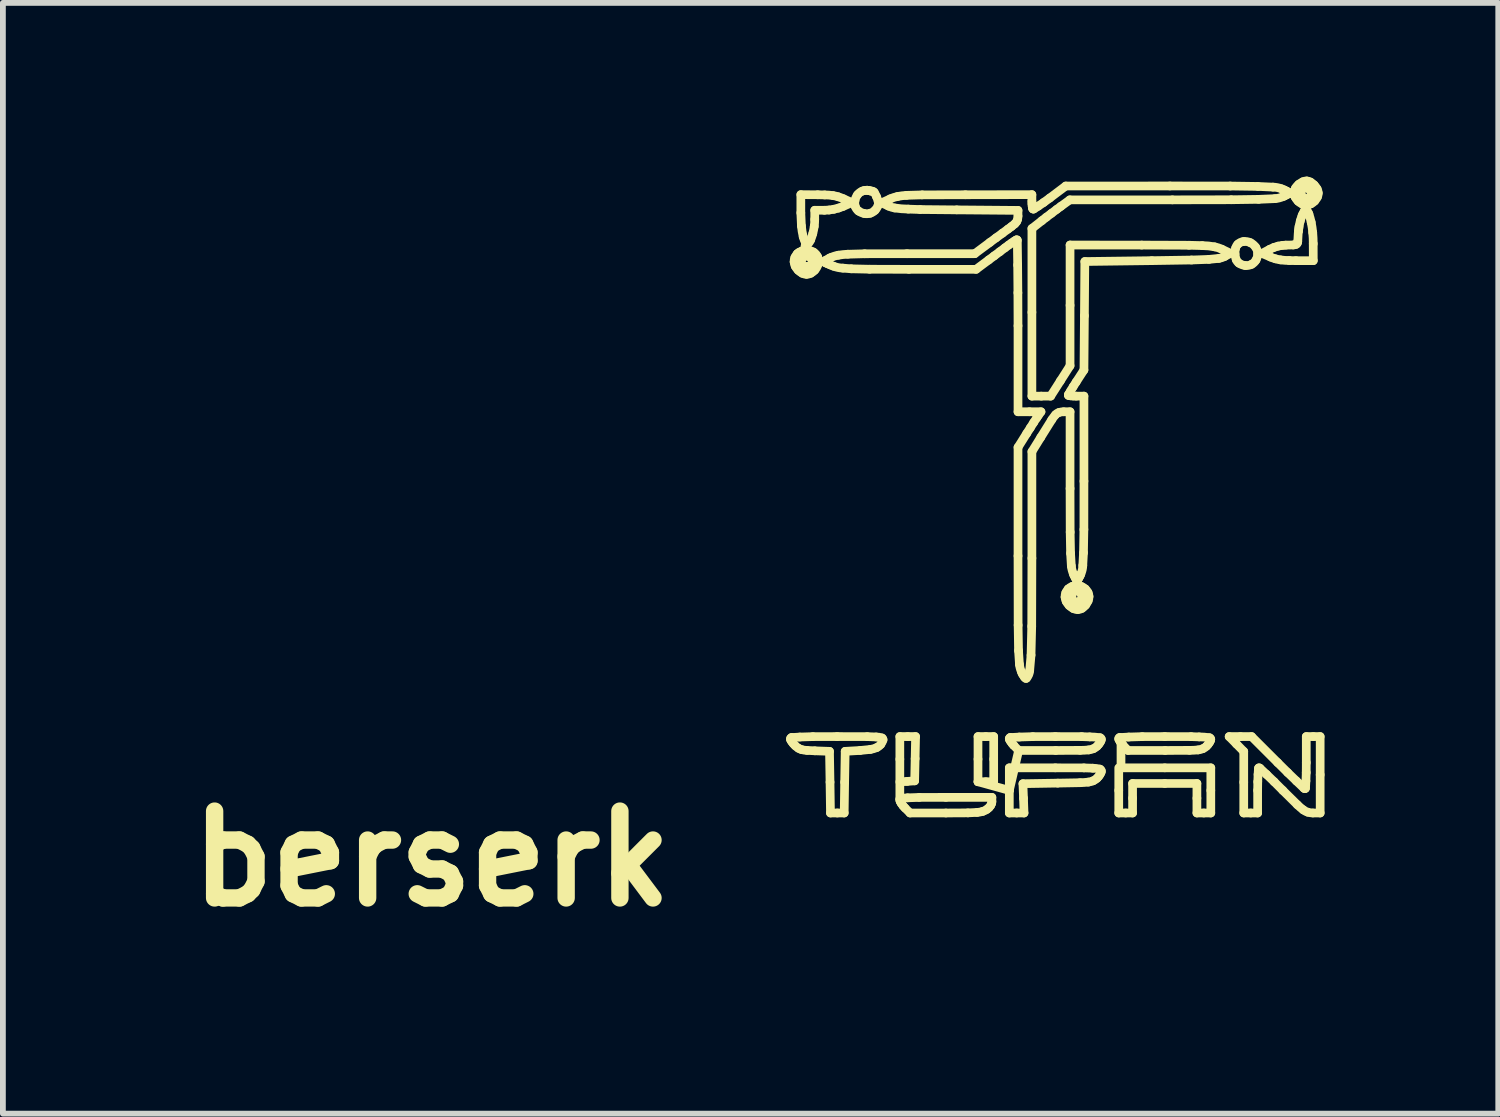
<source format=kicad_pcb>
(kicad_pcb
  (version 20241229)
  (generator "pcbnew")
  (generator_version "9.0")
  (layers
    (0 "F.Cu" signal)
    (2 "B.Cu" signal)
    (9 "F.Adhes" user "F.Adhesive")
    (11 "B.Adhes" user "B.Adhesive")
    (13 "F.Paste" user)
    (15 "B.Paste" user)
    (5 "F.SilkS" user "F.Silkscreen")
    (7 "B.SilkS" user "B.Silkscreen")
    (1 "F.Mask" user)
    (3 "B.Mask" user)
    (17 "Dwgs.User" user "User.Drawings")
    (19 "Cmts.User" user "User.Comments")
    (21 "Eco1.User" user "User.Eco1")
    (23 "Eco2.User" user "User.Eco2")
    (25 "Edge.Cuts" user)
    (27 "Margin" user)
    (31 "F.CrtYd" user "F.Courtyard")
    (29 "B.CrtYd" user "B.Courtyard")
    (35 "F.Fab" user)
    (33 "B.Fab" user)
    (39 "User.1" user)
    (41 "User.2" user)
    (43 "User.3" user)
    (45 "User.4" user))
  (footprint "berserk"
    (layer "F.Cu")
    (at 4.407 11.781)
    (property "Reference" "berserk" (at 0 0 0) (layer "F.SilkS") (effects (font (size 1.5 1.5) (thickness 0.3))))
    (attr board_only exclude_from_pos_files exclude_from_bom)
    (fp_line (start 6.216 -2.092) (end 6.216 -2.092) (stroke (width 0.15) (type default)) (layer "F.SilkS"))
    (fp_line (start 6.316 -10.449) (end 6.412 -10.384) (stroke (width 0.15) (type default)) (layer "F.SilkS"))
    (fp_line (start 6.357 -2.101) (end 6.216 -2.092) (stroke (width 0.15) (type default)) (layer "F.SilkS"))
    (fp_line (start 6.375 -11.469) (end 6.375 -11.155) (stroke (width 0.15) (type default)) (layer "F.SilkS"))
    (fp_line (start 6.375 -11.155) (end 6.385 -10.927) (stroke (width 0.15) (type default)) (layer "F.SilkS"))
    (fp_line (start 6.412 -10.384) (end 6.458 -10.633) (stroke (width 0.15) (type default)) (layer "F.SilkS"))
    (fp_line (start 6.482 -1.87) (end 6.616 -1.863) (stroke (width 0.15) (type default)) (layer "F.SilkS"))
    (fp_line (start 6.582 -2.108) (end 6.357 -2.101) (stroke (width 0.15) (type default)) (layer "F.SilkS"))
    (fp_line (start 6.615 -11.042) (end 6.615 -11.199) (stroke (width 0.15) (type default)) (layer "F.SilkS"))
    (fp_line (start 6.615 -11.199) (end 6.782 -11.199) (stroke (width 0.15) (type default)) (layer "F.SilkS"))
    (fp_line (start 6.616 -1.863) (end 6.87 -1.854) (stroke (width 0.15) (type default)) (layer "F.SilkS"))
    (fp_line (start 6.668 -11.467) (end 6.375 -11.469) (stroke (width 0.15) (type default)) (layer "F.SilkS"))
    (fp_line (start 6.787 -11.464) (end 6.668 -11.467) (stroke (width 0.15) (type default)) (layer "F.SilkS"))
    (fp_line (start 6.795 -10.295) (end 6.834 -10.276) (stroke (width 0.15) (type default)) (layer "F.SilkS"))
    (fp_line (start 6.834 -10.276) (end 6.884 -10.255) (stroke (width 0.15) (type default)) (layer "F.SilkS"))
    (fp_line (start 6.87 -1.854) (end 6.879 -1.322) (stroke (width 0.15) (type default)) (layer "F.SilkS"))
    (fp_line (start 6.879 -1.322) (end 6.887 -0.789) (stroke (width 0.15) (type default)) (layer "F.SilkS"))
    (fp_line (start 6.884 -10.255) (end 6.94 -10.233) (stroke (width 0.15) (type default)) (layer "F.SilkS"))
    (fp_line (start 6.887 -0.789) (end 7.005 -0.789) (stroke (width 0.15) (type default)) (layer "F.SilkS"))
    (fp_line (start 6.902 -10.387) (end 6.874 -10.374) (stroke (width 0.15) (type default)) (layer "F.SilkS"))
    (fp_line (start 7.003 -2.109) (end 6.582 -2.108) (stroke (width 0.15) (type default)) (layer "F.SilkS"))
    (fp_line (start 7.005 -0.789) (end 7.124 -0.789) (stroke (width 0.15) (type default)) (layer "F.SilkS"))
    (fp_line (start 7.101 -10.2) (end 7.247 -10.188) (stroke (width 0.15) (type default)) (layer "F.SilkS"))
    (fp_line (start 7.103 -11.265) (end 7.257 -11.332) (stroke (width 0.15) (type default)) (layer "F.SilkS"))
    (fp_line (start 7.124 -0.789) (end 7.132 -1.322) (stroke (width 0.15) (type default)) (layer "F.SilkS"))
    (fp_line (start 7.132 -1.322) (end 7.141 -1.854) (stroke (width 0.15) (type default)) (layer "F.SilkS"))
    (fp_line (start 7.141 -1.854) (end 7.4 -1.869) (stroke (width 0.15) (type default)) (layer "F.SilkS"))
    (fp_line (start 7.247 -10.188) (end 7.561 -10.181) (stroke (width 0.15) (type default)) (layer "F.SilkS"))
    (fp_line (start 7.257 -11.332) (end 7.109 -11.399) (stroke (width 0.15) (type default)) (layer "F.SilkS"))
    (fp_line (start 7.4 -1.869) (end 7.577 -1.887) (stroke (width 0.15) (type default)) (layer "F.SilkS"))
    (fp_line (start 7.476 -10.448) (end 7.188 -10.44) (stroke (width 0.15) (type default)) (layer "F.SilkS"))
    (fp_line (start 7.523 -2.108) (end 7.003 -2.109) (stroke (width 0.15) (type default)) (layer "F.SilkS"))
    (fp_line (start 7.558 -11.537) (end 7.536 -11.544) (stroke (width 0.15) (type default)) (layer "F.SilkS"))
    (fp_line (start 7.561 -10.181) (end 8.241 -10.179) (stroke (width 0.15) (type default)) (layer "F.SilkS"))
    (fp_line (start 7.577 -11.533) (end 7.558 -11.537) (stroke (width 0.15) (type default)) (layer "F.SilkS"))
    (fp_line (start 7.589 -11.531) (end 7.577 -11.533) (stroke (width 0.15) (type default)) (layer "F.SilkS"))
    (fp_line (start 7.677 -2.102) (end 7.523 -2.108) (stroke (width 0.15) (type default)) (layer "F.SilkS"))
    (fp_line (start 7.771 -11.328) (end 7.89 -11.271) (stroke (width 0.15) (type default)) (layer "F.SilkS"))
    (fp_line (start 7.921 -11.397) (end 7.771 -11.328) (stroke (width 0.15) (type default)) (layer "F.SilkS"))
    (fp_line (start 8.085 -2.109) (end 8.085 -1.718) (stroke (width 0.15) (type default)) (layer "F.SilkS"))
    (fp_line (start 8.085 -1.718) (end 8.085 -1.035) (stroke (width 0.15) (type default)) (layer "F.SilkS"))
    (fp_line (start 8.085 -1.326) (end 8.213 -1.335) (stroke (width 0.15) (type default)) (layer "F.SilkS"))
    (fp_line (start 8.173 -0.877) (end 8.261 -0.789) (stroke (width 0.15) (type default)) (layer "F.SilkS"))
    (fp_line (start 8.21 -10.449) (end 7.476 -10.448) (stroke (width 0.15) (type default)) (layer "F.SilkS"))
    (fp_line (start 8.213 -1.335) (end 8.341 -1.344) (stroke (width 0.15) (type default)) (layer "F.SilkS"))
    (fp_line (start 8.221 -2.109) (end 8.085 -2.109) (stroke (width 0.15) (type default)) (layer "F.SilkS"))
    (fp_line (start 8.23 -11.219) (end 8.437 -11.212) (stroke (width 0.15) (type default)) (layer "F.SilkS"))
    (fp_line (start 8.241 -10.179) (end 9.402 -10.179) (stroke (width 0.15) (type default)) (layer "F.SilkS"))
    (fp_line (start 8.261 -0.789) (end 8.881 -0.789) (stroke (width 0.15) (type default)) (layer "F.SilkS"))
    (fp_line (start 8.341 -1.344) (end 8.349 -1.727) (stroke (width 0.15) (type default)) (layer "F.SilkS"))
    (fp_line (start 8.349 -1.727) (end 8.357 -2.109) (stroke (width 0.15) (type default)) (layer "F.SilkS"))
    (fp_line (start 8.357 -2.109) (end 8.221 -2.109) (stroke (width 0.15) (type default)) (layer "F.SilkS"))
    (fp_line (start 8.42 -1.058) (end 8.219 -1.051) (stroke (width 0.15) (type default)) (layer "F.SilkS"))
    (fp_line (start 8.437 -11.212) (end 9.068 -11.206) (stroke (width 0.15) (type default)) (layer "F.SilkS"))
    (fp_line (start 8.471 -11.465) (end 8.201 -11.457) (stroke (width 0.15) (type default)) (layer "F.SilkS"))
    (fp_line (start 8.88 -1.059) (end 8.42 -1.058) (stroke (width 0.15) (type default)) (layer "F.SilkS"))
    (fp_line (start 8.881 -0.789) (end 9.26 -0.791) (stroke (width 0.15) (type default)) (layer "F.SilkS"))
    (fp_line (start 9.068 -11.206) (end 10.126 -11.197) (stroke (width 0.15) (type default)) (layer "F.SilkS"))
    (fp_line (start 9.218 -11.467) (end 8.471 -11.465) (stroke (width 0.15) (type default)) (layer "F.SilkS"))
    (fp_line (start 9.26 -0.791) (end 9.421 -0.799) (stroke (width 0.15) (type default)) (layer "F.SilkS"))
    (fp_line (start 9.378 -10.449) (end 8.21 -10.449) (stroke (width 0.15) (type default)) (layer "F.SilkS"))
    (fp_line (start 9.402 -10.179) (end 9.621 -10.342) (stroke (width 0.15) (type default)) (layer "F.SilkS"))
    (fp_line (start 9.435 -2.109) (end 9.435 -1.719) (stroke (width 0.15) (type default)) (layer "F.SilkS"))
    (fp_line (start 9.435 -1.719) (end 9.435 -1.329) (stroke (width 0.15) (type default)) (layer "F.SilkS"))
    (fp_line (start 9.435 -1.329) (end 9.57 -1.329) (stroke (width 0.15) (type default)) (layer "F.SilkS"))
    (fp_line (start 9.435 -1.329) (end 9.976 -1.179) (stroke (width 0.15) (type default)) (layer "F.SilkS"))
    (fp_line (start 9.57 -2.109) (end 9.435 -2.109) (stroke (width 0.15) (type default)) (layer "F.SilkS"))
    (fp_line (start 9.57 -1.329) (end 9.706 -1.329) (stroke (width 0.15) (type default)) (layer "F.SilkS"))
    (fp_line (start 9.621 -10.342) (end 9.714 -10.411) (stroke (width 0.15) (type default)) (layer "F.SilkS"))
    (fp_line (start 9.639 -10.643) (end 9.378 -10.449) (stroke (width 0.15) (type default)) (layer "F.SilkS"))
    (fp_line (start 9.675 -1.059) (end 8.88 -1.059) (stroke (width 0.15) (type default)) (layer "F.SilkS"))
    (fp_line (start 9.675 -0.986) (end 9.675 -1.059) (stroke (width 0.15) (type default)) (layer "F.SilkS"))
    (fp_line (start 9.706 -2.109) (end 9.57 -2.109) (stroke (width 0.15) (type default)) (layer "F.SilkS"))
    (fp_line (start 9.706 -1.719) (end 9.706 -2.109) (stroke (width 0.15) (type default)) (layer "F.SilkS"))
    (fp_line (start 9.706 -1.329) (end 9.706 -1.719) (stroke (width 0.15) (type default)) (layer "F.SilkS"))
    (fp_line (start 9.714 -10.411) (end 9.812 -10.484) (stroke (width 0.15) (type default)) (layer "F.SilkS"))
    (fp_line (start 9.747 -10.723) (end 9.639 -10.643) (stroke (width 0.15) (type default)) (layer "F.SilkS"))
    (fp_line (start 9.812 -10.484) (end 9.901 -10.551) (stroke (width 0.15) (type default)) (layer "F.SilkS"))
    (fp_line (start 9.857 -10.803) (end 9.747 -10.723) (stroke (width 0.15) (type default)) (layer "F.SilkS"))
    (fp_line (start 9.901 -10.551) (end 9.963 -10.597) (stroke (width 0.15) (type default)) (layer "F.SilkS"))
    (fp_line (start 9.953 -10.874) (end 9.857 -10.803) (stroke (width 0.15) (type default)) (layer "F.SilkS"))
    (fp_line (start 9.963 -10.597) (end 10.012 -10.632) (stroke (width 0.15) (type default)) (layer "F.SilkS"))
    (fp_line (start 9.976 -1.569) (end 9.976 -1.179) (stroke (width 0.15) (type default)) (layer "F.SilkS"))
    (fp_line (start 9.976 -1.179) (end 9.976 -0.789) (stroke (width 0.15) (type default)) (layer "F.SilkS"))
    (fp_line (start 9.976 -1.179) (end 10.137 -1.869) (stroke (width 0.15) (type default)) (layer "F.SilkS"))
    (fp_line (start 9.976 -0.789) (end 10.103 -0.789) (stroke (width 0.15) (type default)) (layer "F.SilkS"))
    (fp_line (start 9.993 -2.092) (end 9.993 -2.092) (stroke (width 0.15) (type default)) (layer "F.SilkS"))
    (fp_line (start 10.012 -10.632) (end 10.056 -10.662) (stroke (width 0.15) (type default)) (layer "F.SilkS"))
    (fp_line (start 10.014 -10.919) (end 9.953 -10.874) (stroke (width 0.15) (type default)) (layer "F.SilkS"))
    (fp_line (start 10.025 -1.988) (end 10.049 -1.961) (stroke (width 0.15) (type default)) (layer "F.SilkS"))
    (fp_line (start 10.056 -10.662) (end 10.093 -10.686) (stroke (width 0.15) (type default)) (layer "F.SilkS"))
    (fp_line (start 10.056 -1.953) (end 10.137 -1.869) (stroke (width 0.15) (type default)) (layer "F.SilkS"))
    (fp_line (start 10.103 -0.789) (end 10.23 -0.789) (stroke (width 0.15) (type default)) (layer "F.SilkS"))
    (fp_line (start 10.114 -10.681) (end 10.12 -10.253) (stroke (width 0.15) (type default)) (layer "F.SilkS"))
    (fp_line (start 10.12 -10.253) (end 10.124 -9.774) (stroke (width 0.15) (type default)) (layer "F.SilkS"))
    (fp_line (start 10.124 -9.774) (end 10.126 -9.204) (stroke (width 0.15) (type default)) (layer "F.SilkS"))
    (fp_line (start 10.126 -11.197) (end 10.126 -11.099) (stroke (width 0.15) (type default)) (layer "F.SilkS"))
    (fp_line (start 10.126 -9.204) (end 10.126 -7.719) (stroke (width 0.15) (type default)) (layer "F.SilkS"))
    (fp_line (start 10.126 -7.719) (end 10.324 -7.719) (stroke (width 0.15) (type default)) (layer "F.SilkS"))
    (fp_line (start 10.126 -7.105) (end 10.126 -5.229) (stroke (width 0.15) (type default)) (layer "F.SilkS"))
    (fp_line (start 10.126 -5.229) (end 10.128 -4.033) (stroke (width 0.15) (type default)) (layer "F.SilkS"))
    (fp_line (start 10.128 -4.033) (end 10.135 -3.594) (stroke (width 0.15) (type default)) (layer "F.SilkS"))
    (fp_line (start 10.135 -3.594) (end 10.151 -3.355) (stroke (width 0.15) (type default)) (layer "F.SilkS"))
    (fp_line (start 10.137 -1.869) (end 10.777 -1.869) (stroke (width 0.15) (type default)) (layer "F.SilkS"))
    (fp_line (start 10.149 -2.101) (end 9.993 -2.092) (stroke (width 0.15) (type default)) (layer "F.SilkS"))
    (fp_line (start 10.187 -3.222) (end 10.203 -3.189) (stroke (width 0.15) (type default)) (layer "F.SilkS"))
    (fp_line (start 10.211 -1.295) (end 10.811 -1.305) (stroke (width 0.15) (type default)) (layer "F.SilkS"))
    (fp_line (start 10.221 -1.042) (end 10.211 -1.295) (stroke (width 0.15) (type default)) (layer "F.SilkS"))
    (fp_line (start 10.23 -0.789) (end 10.221 -1.042) (stroke (width 0.15) (type default)) (layer "F.SilkS"))
    (fp_line (start 10.276 -7.344) (end 10.126 -7.105) (stroke (width 0.15) (type default)) (layer "F.SilkS"))
    (fp_line (start 10.324 -7.719) (end 10.523 -7.719) (stroke (width 0.15) (type default)) (layer "F.SilkS"))
    (fp_line (start 10.328 -3.253) (end 10.351 -3.515) (stroke (width 0.15) (type default)) (layer "F.SilkS"))
    (fp_line (start 10.338 -7.441) (end 10.276 -7.344) (stroke (width 0.15) (type default)) (layer "F.SilkS"))
    (fp_line (start 10.351 -3.515) (end 10.363 -4.014) (stroke (width 0.15) (type default)) (layer "F.SilkS"))
    (fp_line (start 10.363 -4.014) (end 10.366 -5.189) (stroke (width 0.15) (type default)) (layer "F.SilkS"))
    (fp_line (start 10.366 -11.469) (end 9.218 -11.467) (stroke (width 0.15) (type default)) (layer "F.SilkS"))
    (fp_line (start 10.366 -11.354) (end 10.366 -11.469) (stroke (width 0.15) (type default)) (layer "F.SilkS"))
    (fp_line (start 10.366 -7.989) (end 10.366 -9.437) (stroke (width 0.15) (type default)) (layer "F.SilkS"))
    (fp_line (start 10.366 -7.03) (end 10.519 -7.277) (stroke (width 0.15) (type default)) (layer "F.SilkS"))
    (fp_line (start 10.366 -5.189) (end 10.366 -7.03) (stroke (width 0.15) (type default)) (layer "F.SilkS"))
    (fp_line (start 10.366 -9.437) (end 10.366 -10.884) (stroke (width 0.15) (type default)) (layer "F.SilkS"))
    (fp_line (start 10.366 -10.884) (end 10.538 -11.019) (stroke (width 0.15) (type default)) (layer "F.SilkS"))
    (fp_line (start 10.367 -11.309) (end 10.366 -11.354) (stroke (width 0.15) (type default)) (layer "F.SilkS"))
    (fp_line (start 10.371 -11.268) (end 10.367 -11.309) (stroke (width 0.15) (type default)) (layer "F.SilkS"))
    (fp_line (start 10.376 -11.235) (end 10.371 -11.268) (stroke (width 0.15) (type default)) (layer "F.SilkS"))
    (fp_line (start 10.381 -2.108) (end 10.149 -2.101) (stroke (width 0.15) (type default)) (layer "F.SilkS"))
    (fp_line (start 10.397 -7.534) (end 10.338 -7.441) (stroke (width 0.15) (type default)) (layer "F.SilkS"))
    (fp_line (start 10.448 -7.612) (end 10.397 -7.534) (stroke (width 0.15) (type default)) (layer "F.SilkS"))
    (fp_line (start 10.475 -7.652) (end 10.448 -7.612) (stroke (width 0.15) (type default)) (layer "F.SilkS"))
    (fp_line (start 10.476 -11.271) (end 10.397 -11.22) (stroke (width 0.15) (type default)) (layer "F.SilkS"))
    (fp_line (start 10.519 -7.277) (end 10.709 -7.581) (stroke (width 0.15) (type default)) (layer "F.SilkS"))
    (fp_line (start 10.523 -7.719) (end 10.475 -7.652) (stroke (width 0.15) (type default)) (layer "F.SilkS"))
    (fp_line (start 10.528 -7.989) (end 10.366 -7.989) (stroke (width 0.15) (type default)) (layer "F.SilkS"))
    (fp_line (start 10.538 -11.019) (end 10.615 -11.079) (stroke (width 0.15) (type default)) (layer "F.SilkS"))
    (fp_line (start 10.568 -11.333) (end 10.476 -11.271) (stroke (width 0.15) (type default)) (layer "F.SilkS"))
    (fp_line (start 10.615 -11.079) (end 10.705 -11.147) (stroke (width 0.15) (type default)) (layer "F.SilkS"))
    (fp_line (start 10.675 -11.411) (end 10.568 -11.333) (stroke (width 0.15) (type default)) (layer "F.SilkS"))
    (fp_line (start 10.69 -7.989) (end 10.528 -7.989) (stroke (width 0.15) (type default)) (layer "F.SilkS"))
    (fp_line (start 10.705 -11.147) (end 10.794 -11.214) (stroke (width 0.15) (type default)) (layer "F.SilkS"))
    (fp_line (start 10.771 -2.109) (end 10.381 -2.108) (stroke (width 0.15) (type default)) (layer "F.SilkS"))
    (fp_line (start 10.771 -1.569) (end 9.976 -1.569) (stroke (width 0.15) (type default)) (layer "F.SilkS"))
    (fp_line (start 10.777 -1.869) (end 11.197 -1.871) (stroke (width 0.15) (type default)) (layer "F.SilkS"))
    (fp_line (start 10.794 -11.214) (end 10.866 -11.267) (stroke (width 0.15) (type default)) (layer "F.SilkS"))
    (fp_line (start 10.811 -1.305) (end 11.197 -1.312) (stroke (width 0.15) (type default)) (layer "F.SilkS"))
    (fp_line (start 10.858 -8.252) (end 10.69 -7.989) (stroke (width 0.15) (type default)) (layer "F.SilkS"))
    (fp_line (start 10.866 -11.267) (end 11.021 -11.379) (stroke (width 0.15) (type default)) (layer "F.SilkS"))
    (fp_line (start 10.913 -7.719) (end 11.025 -7.719) (stroke (width 0.15) (type default)) (layer "F.SilkS"))
    (fp_line (start 10.95 -11.618) (end 10.675 -11.411) (stroke (width 0.15) (type default)) (layer "F.SilkS"))
    (fp_line (start 10.995 -4.659) (end 11.087 -4.612) (stroke (width 0.15) (type default)) (layer "F.SilkS"))
    (fp_line (start 10.999 -8.02) (end 11.035 -8.08) (stroke (width 0.15) (type default)) (layer "F.SilkS"))
    (fp_line (start 11.021 -11.379) (end 12.793 -11.379) (stroke (width 0.15) (type default)) (layer "F.SilkS"))
    (fp_line (start 11.025 -8.514) (end 10.858 -8.252) (stroke (width 0.15) (type default)) (layer "F.SilkS"))
    (fp_line (start 11.025 -9.557) (end 11.025 -8.514) (stroke (width 0.15) (type default)) (layer "F.SilkS"))
    (fp_line (start 11.025 -10.599) (end 11.025 -9.557) (stroke (width 0.15) (type default)) (layer "F.SilkS"))
    (fp_line (start 11.025 -7.719) (end 11.025 -6.393) (stroke (width 0.15) (type default)) (layer "F.SilkS"))
    (fp_line (start 11.025 -6.393) (end 11.027 -5.64) (stroke (width 0.15) (type default)) (layer "F.SilkS"))
    (fp_line (start 11.027 -5.64) (end 11.034 -5.274) (stroke (width 0.15) (type default)) (layer "F.SilkS"))
    (fp_line (start 11.034 -5.274) (end 11.047 -5.056) (stroke (width 0.15) (type default)) (layer "F.SilkS"))
    (fp_line (start 11.035 -8.08) (end 11.078 -8.151) (stroke (width 0.15) (type default)) (layer "F.SilkS"))
    (fp_line (start 11.035 -7.994) (end 11.001 -8) (stroke (width 0.15) (type default)) (layer "F.SilkS"))
    (fp_line (start 11.078 -8.151) (end 11.13 -8.232) (stroke (width 0.15) (type default)) (layer "F.SilkS"))
    (fp_line (start 11.079 -7.991) (end 11.035 -7.994) (stroke (width 0.15) (type default)) (layer "F.SilkS"))
    (fp_line (start 11.084 -4.914) (end 11.095 -4.889) (stroke (width 0.15) (type default)) (layer "F.SilkS"))
    (fp_line (start 11.095 -4.889) (end 11.116 -4.847) (stroke (width 0.15) (type default)) (layer "F.SilkS"))
    (fp_line (start 11.116 -4.847) (end 11.135 -4.815) (stroke (width 0.15) (type default)) (layer "F.SilkS"))
    (fp_line (start 11.13 -8.232) (end 11.265 -8.44) (stroke (width 0.15) (type default)) (layer "F.SilkS"))
    (fp_line (start 11.13 -7.989) (end 11.079 -7.991) (stroke (width 0.15) (type default)) (layer "F.SilkS"))
    (fp_line (start 11.158 -4.816) (end 11.176 -4.845) (stroke (width 0.15) (type default)) (layer "F.SilkS"))
    (fp_line (start 11.197 -4.884) (end 11.209 -4.911) (stroke (width 0.15) (type default)) (layer "F.SilkS"))
    (fp_line (start 11.226 -2.108) (end 10.771 -2.109) (stroke (width 0.15) (type default)) (layer "F.SilkS"))
    (fp_line (start 11.245 -5.065) (end 11.257 -5.284) (stroke (width 0.15) (type default)) (layer "F.SilkS"))
    (fp_line (start 11.257 -5.284) (end 11.264 -5.685) (stroke (width 0.15) (type default)) (layer "F.SilkS"))
    (fp_line (start 11.264 -5.685) (end 11.265 -6.52) (stroke (width 0.15) (type default)) (layer "F.SilkS"))
    (fp_line (start 11.265 -8.44) (end 11.273 -9.377) (stroke (width 0.15) (type default)) (layer "F.SilkS"))
    (fp_line (start 11.265 -1.568) (end 10.771 -1.569) (stroke (width 0.15) (type default)) (layer "F.SilkS"))
    (fp_line (start 11.265 -7.989) (end 11.13 -7.989) (stroke (width 0.15) (type default)) (layer "F.SilkS"))
    (fp_line (start 11.265 -6.52) (end 11.265 -7.989) (stroke (width 0.15) (type default)) (layer "F.SilkS"))
    (fp_line (start 11.273 -9.377) (end 11.28 -10.314) (stroke (width 0.15) (type default)) (layer "F.SilkS"))
    (fp_line (start 11.28 -10.314) (end 12.435 -10.329) (stroke (width 0.15) (type default)) (layer "F.SilkS"))
    (fp_line (start 11.364 -2.103) (end 11.226 -2.108) (stroke (width 0.15) (type default)) (layer "F.SilkS"))
    (fp_line (start 11.416 -1.563) (end 11.265 -1.568) (stroke (width 0.15) (type default)) (layer "F.SilkS"))
    (fp_line (start 11.866 -1.569) (end 11.866 -1.179) (stroke (width 0.15) (type default)) (layer "F.SilkS"))
    (fp_line (start 11.866 -1.179) (end 11.866 -0.789) (stroke (width 0.15) (type default)) (layer "F.SilkS"))
    (fp_line (start 11.866 -0.789) (end 11.986 -0.789) (stroke (width 0.15) (type default)) (layer "F.SilkS"))
    (fp_line (start 11.883 -2.092) (end 11.883 -2.092) (stroke (width 0.15) (type default)) (layer "F.SilkS"))
    (fp_line (start 11.905 -2.034) (end 11.905 -1.569) (stroke (width 0.15) (type default)) (layer "F.SilkS"))
    (fp_line (start 11.915 -1.988) (end 11.939 -1.961) (stroke (width 0.15) (type default)) (layer "F.SilkS"))
    (fp_line (start 11.946 -1.953) (end 12.027 -1.869) (stroke (width 0.15) (type default)) (layer "F.SilkS"))
    (fp_line (start 11.986 -0.789) (end 12.105 -0.789) (stroke (width 0.15) (type default)) (layer "F.SilkS"))
    (fp_line (start 12.027 -1.869) (end 12.667 -1.869) (stroke (width 0.15) (type default)) (layer "F.SilkS"))
    (fp_line (start 12.039 -2.101) (end 11.883 -2.092) (stroke (width 0.15) (type default)) (layer "F.SilkS"))
    (fp_line (start 12.105 -1.299) (end 12.661 -1.299) (stroke (width 0.15) (type default)) (layer "F.SilkS"))
    (fp_line (start 12.105 -1.044) (end 12.105 -1.299) (stroke (width 0.15) (type default)) (layer "F.SilkS"))
    (fp_line (start 12.105 -0.789) (end 12.105 -1.044) (stroke (width 0.15) (type default)) (layer "F.SilkS"))
    (fp_line (start 12.263 -10.598) (end 11.025 -10.599) (stroke (width 0.15) (type default)) (layer "F.SilkS"))
    (fp_line (start 12.271 -2.108) (end 12.039 -2.101) (stroke (width 0.15) (type default)) (layer "F.SilkS"))
    (fp_line (start 12.435 -10.329) (end 13.124 -10.34) (stroke (width 0.15) (type default)) (layer "F.SilkS"))
    (fp_line (start 12.661 -2.109) (end 12.271 -2.108) (stroke (width 0.15) (type default)) (layer "F.SilkS"))
    (fp_line (start 12.661 -1.569) (end 11.905 -1.569) (stroke (width 0.15) (type default)) (layer "F.SilkS"))
    (fp_line (start 12.661 -1.299) (end 13.216 -1.299) (stroke (width 0.15) (type default)) (layer "F.SilkS"))
    (fp_line (start 12.667 -1.869) (end 13.087 -1.871) (stroke (width 0.15) (type default)) (layer "F.SilkS"))
    (fp_line (start 12.749 -11.619) (end 10.95 -11.618) (stroke (width 0.15) (type default)) (layer "F.SilkS"))
    (fp_line (start 12.793 -11.379) (end 13.809 -11.381) (stroke (width 0.15) (type default)) (layer "F.SilkS"))
    (fp_line (start 13.079 -10.595) (end 12.263 -10.598) (stroke (width 0.15) (type default)) (layer "F.SilkS"))
    (fp_line (start 13.116 -2.108) (end 12.661 -2.109) (stroke (width 0.15) (type default)) (layer "F.SilkS"))
    (fp_line (start 13.124 -10.34) (end 13.424 -10.351) (stroke (width 0.15) (type default)) (layer "F.SilkS"))
    (fp_line (start 13.216 -1.299) (end 13.216 -1.044) (stroke (width 0.15) (type default)) (layer "F.SilkS"))
    (fp_line (start 13.216 -1.044) (end 13.216 -0.789) (stroke (width 0.15) (type default)) (layer "F.SilkS"))
    (fp_line (start 13.216 -0.789) (end 13.335 -0.789) (stroke (width 0.15) (type default)) (layer "F.SilkS"))
    (fp_line (start 13.254 -2.103) (end 13.116 -2.108) (stroke (width 0.15) (type default)) (layer "F.SilkS"))
    (fp_line (start 13.309 -10.589) (end 13.079 -10.595) (stroke (width 0.15) (type default)) (layer "F.SilkS"))
    (fp_line (start 13.335 -0.789) (end 13.456 -0.789) (stroke (width 0.15) (type default)) (layer "F.SilkS"))
    (fp_line (start 13.424 -10.351) (end 13.596 -10.368) (stroke (width 0.15) (type default)) (layer "F.SilkS"))
    (fp_line (start 13.456 -1.569) (end 12.661 -1.569) (stroke (width 0.15) (type default)) (layer "F.SilkS"))
    (fp_line (start 13.456 -1.179) (end 13.456 -1.569) (stroke (width 0.15) (type default)) (layer "F.SilkS"))
    (fp_line (start 13.456 -0.789) (end 13.456 -1.179) (stroke (width 0.15) (type default)) (layer "F.SilkS"))
    (fp_line (start 13.693 -10.4) (end 13.796 -10.456) (stroke (width 0.15) (type default)) (layer "F.SilkS"))
    (fp_line (start 13.773 -2.109) (end 13.899 -1.981) (stroke (width 0.15) (type default)) (layer "F.SilkS"))
    (fp_line (start 13.79 -11.618) (end 12.749 -11.619) (stroke (width 0.15) (type default)) (layer "F.SilkS"))
    (fp_line (start 13.796 -10.456) (end 13.645 -10.527) (stroke (width 0.15) (type default)) (layer "F.SilkS"))
    (fp_line (start 13.809 -11.381) (end 14.283 -11.388) (stroke (width 0.15) (type default)) (layer "F.SilkS"))
    (fp_line (start 13.899 -1.981) (end 14.025 -1.852) (stroke (width 0.15) (type default)) (layer "F.SilkS"))
    (fp_line (start 13.967 -2.109) (end 13.773 -2.109) (stroke (width 0.15) (type default)) (layer "F.SilkS"))
    (fp_line (start 14.025 -1.852) (end 14.025 -1.321) (stroke (width 0.15) (type default)) (layer "F.SilkS"))
    (fp_line (start 14.025 -1.321) (end 14.025 -0.789) (stroke (width 0.15) (type default)) (layer "F.SilkS"))
    (fp_line (start 14.025 -0.789) (end 14.146 -0.789) (stroke (width 0.15) (type default)) (layer "F.SilkS"))
    (fp_line (start 14.146 -0.789) (end 14.265 -0.789) (stroke (width 0.15) (type default)) (layer "F.SilkS"))
    (fp_line (start 14.161 -2.109) (end 13.967 -2.109) (stroke (width 0.15) (type default)) (layer "F.SilkS"))
    (fp_line (start 14.265 -1.179) (end 14.267 -1.329) (stroke (width 0.15) (type default)) (layer "F.SilkS"))
    (fp_line (start 14.265 -0.789) (end 14.265 -1.179) (stroke (width 0.15) (type default)) (layer "F.SilkS"))
    (fp_line (start 14.267 -1.329) (end 14.272 -1.455) (stroke (width 0.15) (type default)) (layer "F.SilkS"))
    (fp_line (start 14.268 -11.611) (end 13.79 -11.618) (stroke (width 0.15) (type default)) (layer "F.SilkS"))
    (fp_line (start 14.272 -1.455) (end 14.279 -1.561) (stroke (width 0.15) (type default)) (layer "F.SilkS"))
    (fp_line (start 14.283 -11.388) (end 14.563 -11.4) (stroke (width 0.15) (type default)) (layer "F.SilkS"))
    (fp_line (start 14.304 -1.563) (end 14.419 -1.455) (stroke (width 0.15) (type default)) (layer "F.SilkS"))
    (fp_line (start 14.341 -10.454) (end 14.488 -10.391) (stroke (width 0.15) (type default)) (layer "F.SilkS"))
    (fp_line (start 14.419 -1.455) (end 14.55 -1.329) (stroke (width 0.15) (type default)) (layer "F.SilkS"))
    (fp_line (start 14.476 -10.526) (end 14.341 -10.454) (stroke (width 0.15) (type default)) (layer "F.SilkS"))
    (fp_line (start 14.53 -11.599) (end 14.268 -11.611) (stroke (width 0.15) (type default)) (layer "F.SilkS"))
    (fp_line (start 14.55 -1.329) (end 14.7 -1.179) (stroke (width 0.15) (type default)) (layer "F.SilkS"))
    (fp_line (start 14.611 -1.659) (end 14.161 -2.109) (stroke (width 0.15) (type default)) (layer "F.SilkS"))
    (fp_line (start 14.7 -1.179) (end 14.95 -0.932) (stroke (width 0.15) (type default)) (layer "F.SilkS"))
    (fp_line (start 14.707 -11.437) (end 14.731 -11.448) (stroke (width 0.15) (type default)) (layer "F.SilkS"))
    (fp_line (start 14.726 -11.55) (end 14.677 -11.57) (stroke (width 0.15) (type default)) (layer "F.SilkS"))
    (fp_line (start 14.768 -11.529) (end 14.726 -11.55) (stroke (width 0.15) (type default)) (layer "F.SilkS"))
    (fp_line (start 14.77 -11.468) (end 14.802 -11.488) (stroke (width 0.15) (type default)) (layer "F.SilkS"))
    (fp_line (start 14.784 -1.487) (end 14.611 -1.659) (stroke (width 0.15) (type default)) (layer "F.SilkS"))
    (fp_line (start 14.799 -11.51) (end 14.768 -11.529) (stroke (width 0.15) (type default)) (layer "F.SilkS"))
    (fp_line (start 14.811 -10.331) (end 14.928 -10.329) (stroke (width 0.15) (type default)) (layer "F.SilkS"))
    (fp_line (start 14.881 -10.6) (end 14.751 -10.597) (stroke (width 0.15) (type default)) (layer "F.SilkS"))
    (fp_line (start 14.928 -10.329) (end 15.226 -10.329) (stroke (width 0.15) (type default)) (layer "F.SilkS"))
    (fp_line (start 14.935 -1.341) (end 14.784 -1.487) (stroke (width 0.15) (type default)) (layer "F.SilkS"))
    (fp_line (start 14.966 -10.808) (end 14.958 -10.662) (stroke (width 0.15) (type default)) (layer "F.SilkS"))
    (fp_line (start 14.98 -10.919) (end 14.97 -10.839) (stroke (width 0.15) (type default)) (layer "F.SilkS"))
    (fp_line (start 15.043 -11.13) (end 15.031 -11.103) (stroke (width 0.15) (type default)) (layer "F.SilkS"))
    (fp_line (start 15.067 -1.215) (end 14.935 -1.341) (stroke (width 0.15) (type default)) (layer "F.SilkS"))
    (fp_line (start 15.099 -1.341) (end 15.092 -1.218) (stroke (width 0.15) (type default)) (layer "F.SilkS"))
    (fp_line (start 15.101 -11.214) (end 15.112 -11.393) (stroke (width 0.15) (type default)) (layer "F.SilkS"))
    (fp_line (start 15.104 -1.487) (end 15.099 -1.341) (stroke (width 0.15) (type default)) (layer "F.SilkS"))
    (fp_line (start 15.105 -2.109) (end 15.105 -1.659) (stroke (width 0.15) (type default)) (layer "F.SilkS"))
    (fp_line (start 15.105 -1.659) (end 15.104 -1.487) (stroke (width 0.15) (type default)) (layer "F.SilkS"))
    (fp_line (start 15.111 -11.292) (end 15.101 -11.214) (stroke (width 0.15) (type default)) (layer "F.SilkS"))
    (fp_line (start 15.112 -11.393) (end 14.806 -11.498) (stroke (width 0.15) (type default)) (layer "F.SilkS"))
    (fp_line (start 15.218 -0.789) (end 15.345 -0.789) (stroke (width 0.15) (type default)) (layer "F.SilkS"))
    (fp_line (start 15.226 -10.329) (end 15.225 -10.622) (stroke (width 0.15) (type default)) (layer "F.SilkS"))
    (fp_line (start 15.226 -2.109) (end 15.105 -2.109) (stroke (width 0.15) (type default)) (layer "F.SilkS"))
    (fp_line (start 15.345 -2.109) (end 15.226 -2.109) (stroke (width 0.15) (type default)) (layer "F.SilkS"))
    (fp_line (start 15.345 -1.449) (end 15.345 -2.109) (stroke (width 0.15) (type default)) (layer "F.SilkS"))
    (fp_line (start 15.345 -0.789) (end 15.345 -1.449) (stroke (width 0.15) (type default)) (layer "F.SilkS"))
    (fp_arc (start 6.1955 -2.069913) (mid 6.201365 -2.084777) (end 6.215791 -2.091648) (stroke (width 0.15) (type default)) (layer "F.SilkS"))
    (fp_arc (start 6.200661 -2.049714) (mid 6.196813 -2.059489) (end 6.1955 -2.069913) (stroke (width 0.15) (type default)) (layer "F.SilkS"))
    (fp_arc (start 6.219809 -2.018806) (mid 6.209815 -2.034) (end 6.200661 -2.049714) (stroke (width 0.15) (type default)) (layer "F.SilkS"))
    (fp_arc (start 6.246575 -1.984486) (mid 6.232734 -2.001289) (end 6.219809 -2.018806) (stroke (width 0.15) (type default)) (layer "F.SilkS"))
    (fp_arc (start 6.258466 -10.309159) (mid 6.260854 -10.347137) (end 6.271535 -10.383658) (stroke (width 0.15) (type default)) (layer "F.SilkS"))
    (fp_arc (start 6.271535 -10.383658) (mid 6.290305 -10.418631) (end 6.3155 -10.4493) (stroke (width 0.15) (type default)) (layer "F.SilkS"))
    (fp_arc (start 6.278253 -1.951243) (mid 6.262035 -1.967503) (end 6.246575 -1.984486) (stroke (width 0.15) (type default)) (layer "F.SilkS"))
    (fp_arc (start 6.278473 -10.233027) (mid 6.264463 -10.270041) (end 6.258466 -10.309159) (stroke (width 0.15) (type default)) (layer "F.SilkS"))
    (fp_arc (start 6.3155 -10.4493) (mid 6.330404 -10.462469) (end 6.346815 -10.473705) (stroke (width 0.15) (type default)) (layer "F.SilkS"))
    (fp_arc (start 6.329136 -10.162936) (mid 6.301004 -10.195957) (end 6.278473 -10.233027) (stroke (width 0.15) (type default)) (layer "F.SilkS"))
    (fp_arc (start 6.333799 -1.907661) (mid 6.304953 -1.928084) (end 6.278253 -1.951243) (stroke (width 0.15) (type default)) (layer "F.SilkS"))
    (fp_arc (start 6.346815 -10.473705) (mid 6.366263 -10.484166) (end 6.386575 -10.492831) (stroke (width 0.15) (type default)) (layer "F.SilkS"))
    (fp_arc (start 6.381883 -10.318364) (mid 6.391282 -10.353981) (end 6.412376 -10.384176) (stroke (width 0.15) (type default)) (layer "F.SilkS"))
    (fp_arc (start 6.386575 -10.492831) (mid 6.408472 -10.499951) (end 6.430903 -10.505151) (stroke (width 0.15) (type default)) (layer "F.SilkS"))
    (fp_arc (start 6.38921 -1.883514) (mid 6.360565 -1.893432) (end 6.333799 -1.907661) (stroke (width 0.15) (type default)) (layer "F.SilkS"))
    (fp_arc (start 6.400442 -10.110617) (mid 6.362791 -10.134054) (end 6.329136 -10.162936) (stroke (width 0.15) (type default)) (layer "F.SilkS"))
    (fp_arc (start 6.404953 -10.255832) (mid 6.386493 -10.284545) (end 6.381883 -10.318364) (stroke (width 0.15) (type default)) (layer "F.SilkS"))
    (fp_arc (start 6.412376 -10.384176) (mid 6.430096 -10.398313) (end 6.450525 -10.408131) (stroke (width 0.15) (type default)) (layer "F.SilkS"))
    (fp_arc (start 6.415662 -10.742077) (mid 6.396928 -10.833982) (end 6.385297 -10.927054) (stroke (width 0.15) (type default)) (layer "F.SilkS"))
    (fp_arc (start 6.430903 -10.505151) (mid 6.453281 -10.508263) (end 6.47585 -10.5093) (stroke (width 0.15) (type default)) (layer "F.SilkS"))
    (fp_arc (start 6.450525 -10.408131) (mid 6.471236 -10.412284) (end 6.492293 -10.410622) (stroke (width 0.15) (type default)) (layer "F.SilkS"))
    (fp_arc (start 6.458057 -10.633015) (mid 6.433275 -10.686153) (end 6.415662 -10.742077) (stroke (width 0.15) (type default)) (layer "F.SilkS"))
    (fp_arc (start 6.470608 -10.22912) (mid 6.435105 -10.235903) (end 6.404953 -10.255832) (stroke (width 0.15) (type default)) (layer "F.SilkS"))
    (fp_arc (start 6.473753 -10.092624) (mid 6.436015 -10.097207) (end 6.400442 -10.110617) (stroke (width 0.15) (type default)) (layer "F.SilkS"))
    (fp_arc (start 6.47585 -10.5093) (mid 6.537022 -10.501022) (end 6.593771 -10.476741) (stroke (width 0.15) (type default)) (layer "F.SilkS"))
    (fp_arc (start 6.481802 -1.870013) (mid 6.435133 -1.874205) (end 6.38921 -1.883514) (stroke (width 0.15) (type default)) (layer "F.SilkS"))
    (fp_arc (start 6.492293 -10.410622) (mid 6.513824 -10.403004) (end 6.532871 -10.390397) (stroke (width 0.15) (type default)) (layer "F.SilkS"))
    (fp_arc (start 6.504577 -10.626377) (mid 6.479655 -10.618049) (end 6.458057 -10.633015) (stroke (width 0.15) (type default)) (layer "F.SilkS"))
    (fp_arc (start 6.532871 -10.390397) (mid 6.551666 -10.371574) (end 6.567285 -10.350043) (stroke (width 0.15) (type default)) (layer "F.SilkS"))
    (fp_arc (start 6.543856 -10.253705) (mid 6.509185 -10.235593) (end 6.470608 -10.22912) (stroke (width 0.15) (type default)) (layer "F.SilkS"))
    (fp_arc (start 6.545286 -10.688096) (mid 6.528058 -10.655175) (end 6.504577 -10.626377) (stroke (width 0.15) (type default)) (layer "F.SilkS"))
    (fp_arc (start 6.545938 -10.11063) (mid 6.510953 -10.097191) (end 6.473753 -10.092624) (stroke (width 0.15) (type default)) (layer "F.SilkS"))
    (fp_arc (start 6.567285 -10.350043) (mid 6.575049 -10.335743) (end 6.581288 -10.320714) (stroke (width 0.15) (type default)) (layer "F.SilkS"))
    (fp_arc (start 6.571031 -10.27754) (mid 6.557928 -10.26507) (end 6.543856 -10.253705) (stroke (width 0.15) (type default)) (layer "F.SilkS"))
    (fp_arc (start 6.581021 -10.795807) (mid 6.564783 -10.741411) (end 6.545286 -10.688096) (stroke (width 0.15) (type default)) (layer "F.SilkS"))
    (fp_arc (start 6.581288 -10.320714) (mid 6.583518 -10.309557) (end 6.582447 -10.298232) (stroke (width 0.15) (type default)) (layer "F.SilkS"))
    (fp_arc (start 6.582447 -10.298232) (mid 6.578115 -10.287128) (end 6.571031 -10.27754) (stroke (width 0.15) (type default)) (layer "F.SilkS"))
    (fp_arc (start 6.593771 -10.476741) (mid 6.637911 -10.43943) (end 6.667738 -10.389931) (stroke (width 0.15) (type default)) (layer "F.SilkS"))
    (fp_arc (start 6.60635 -10.920636) (mid 6.59555 -10.857843) (end 6.581021 -10.795807) (stroke (width 0.15) (type default)) (layer "F.SilkS"))
    (fp_arc (start 6.614021 -10.162725) (mid 6.582115 -10.133886) (end 6.545938 -10.11063) (stroke (width 0.15) (type default)) (layer "F.SilkS"))
    (fp_arc (start 6.615048 -11.041767) (mid 6.612783 -10.981052) (end 6.60635 -10.920636) (stroke (width 0.15) (type default)) (layer "F.SilkS"))
    (fp_arc (start 6.667738 -10.389931) (mid 6.680692 -10.332391) (end 6.675119 -10.273676) (stroke (width 0.15) (type default)) (layer "F.SilkS"))
    (fp_arc (start 6.675119 -10.273676) (mid 6.651566 -10.214348) (end 6.614021 -10.162725) (stroke (width 0.15) (type default)) (layer "F.SilkS"))
    (fp_arc (start 6.779386 -10.305414) (mid 6.777253 -10.310912) (end 6.779828 -10.31623) (stroke (width 0.15) (type default)) (layer "F.SilkS"))
    (fp_arc (start 6.779828 -10.31623) (mid 6.793393 -10.327071) (end 6.807566 -10.337104) (stroke (width 0.15) (type default)) (layer "F.SilkS"))
    (fp_arc (start 6.7869 -11.464442) (mid 6.85965 -11.461279) (end 6.931966 -11.45273) (stroke (width 0.15) (type default)) (layer "F.SilkS"))
    (fp_arc (start 6.794618 -10.294897) (mid 6.786524 -10.299463) (end 6.779386 -10.305414) (stroke (width 0.15) (type default)) (layer "F.SilkS"))
    (fp_arc (start 6.807566 -10.337104) (mid 6.827946 -10.349857) (end 6.84899 -10.36148) (stroke (width 0.15) (type default)) (layer "F.SilkS"))
    (fp_arc (start 6.86294 -11.203653) (mid 6.822779 -11.200388) (end 6.7825 -11.1993) (stroke (width 0.15) (type default)) (layer "F.SilkS"))
    (fp_arc (start 6.874422 -10.373665) (mid 6.946872 -10.404181) (end 7.023194 -10.423027) (stroke (width 0.15) (type default)) (layer "F.SilkS"))
    (fp_arc (start 6.931966 -11.45273) (mid 6.976256 -11.444157) (end 7.019806 -11.432388) (stroke (width 0.15) (type default)) (layer "F.SilkS"))
    (fp_arc (start 6.945949 -11.216688) (mid 6.9046 -11.209182) (end 6.86294 -11.203653) (stroke (width 0.15) (type default)) (layer "F.SilkS"))
    (fp_arc (start 7.019806 -11.432388) (mid 7.064864 -11.416891) (end 7.108876 -11.398637) (stroke (width 0.15) (type default)) (layer "F.SilkS"))
    (fp_arc (start 7.023194 -10.423027) (mid 7.105237 -10.434147) (end 7.187786 -10.440492) (stroke (width 0.15) (type default)) (layer "F.SilkS"))
    (fp_arc (start 7.027407 -11.23759) (mid 6.986927 -11.22617) (end 6.945949 -11.216688) (stroke (width 0.15) (type default)) (layer "F.SilkS"))
    (fp_arc (start 7.101002 -10.199836) (mid 7.01901 -10.20984) (end 6.939674 -10.232828) (stroke (width 0.15) (type default)) (layer "F.SilkS"))
    (fp_arc (start 7.103262 -11.2655) (mid 7.06571 -11.250525) (end 7.027407 -11.23759) (stroke (width 0.15) (type default)) (layer "F.SilkS"))
    (fp_arc (start 7.310215 -11.366363) (mid 7.326224 -11.418937) (end 7.353782 -11.466484) (stroke (width 0.15) (type default)) (layer "F.SilkS"))
    (fp_arc (start 7.316675 -11.26179) (mid 7.307073 -11.313682) (end 7.310215 -11.366363) (stroke (width 0.15) (type default)) (layer "F.SilkS"))
    (fp_arc (start 7.353782 -11.466484) (mid 7.390053 -11.5034) (end 7.434961 -11.529116) (stroke (width 0.15) (type default)) (layer "F.SilkS"))
    (fp_arc (start 7.372175 -11.186001) (mid 7.338166 -11.219311) (end 7.316675 -11.26179) (stroke (width 0.15) (type default)) (layer "F.SilkS"))
    (fp_arc (start 7.434961 -11.529116) (mid 7.448819 -11.534167) (end 7.462988 -11.538265) (stroke (width 0.15) (type default)) (layer "F.SilkS"))
    (fp_arc (start 7.462988 -11.538265) (mid 7.4779 -11.541555) (end 7.492984 -11.543929) (stroke (width 0.15) (type default)) (layer "F.SilkS"))
    (fp_arc (start 7.471648 -11.143275) (mid 7.41971 -11.159513) (end 7.372175 -11.186001) (stroke (width 0.15) (type default)) (layer "F.SilkS"))
    (fp_arc (start 7.492984 -11.543929) (mid 7.506735 -11.54522) (end 7.52054 -11.545632) (stroke (width 0.15) (type default)) (layer "F.SilkS"))
    (fp_arc (start 7.52054 -11.545632) (mid 7.528443 -11.545129) (end 7.536223 -11.543656) (stroke (width 0.15) (type default)) (layer "F.SilkS"))
    (fp_arc (start 7.573026 -11.147979) (mid 7.522629 -11.139343) (end 7.471648 -11.143275) (stroke (width 0.15) (type default)) (layer "F.SilkS"))
    (fp_arc (start 7.607183 -11.5293) (mid 7.597897 -11.529754) (end 7.588701 -11.531114) (stroke (width 0.15) (type default)) (layer "F.SilkS"))
    (fp_arc (start 7.607183 -11.5293) (mid 7.627688 -11.523964) (end 7.642971 -11.509291) (stroke (width 0.15) (type default)) (layer "F.SilkS"))
    (fp_arc (start 7.642971 -11.509291) (mid 7.664472 -11.471234) (end 7.683089 -11.431686) (stroke (width 0.15) (type default)) (layer "F.SilkS"))
    (fp_arc (start 7.657484 -11.199612) (mid 7.618569 -11.168377) (end 7.573026 -11.147979) (stroke (width 0.15) (type default)) (layer "F.SilkS"))
    (fp_arc (start 7.677086 -2.102212) (mid 7.727586 -2.097787) (end 7.776664 -2.08509) (stroke (width 0.15) (type default)) (layer "F.SilkS"))
    (fp_arc (start 7.683089 -11.431686) (mid 7.699199 -11.389316) (end 7.711902 -11.345803) (stroke (width 0.15) (type default)) (layer "F.SilkS"))
    (fp_arc (start 7.686965 -1.91948) (mid 7.633048 -1.899235) (end 7.576771 -1.886993) (stroke (width 0.15) (type default)) (layer "F.SilkS"))
    (fp_arc (start 7.71008 -11.287978) (mid 7.688882 -11.240759) (end 7.657484 -11.199612) (stroke (width 0.15) (type default)) (layer "F.SilkS"))
    (fp_arc (start 7.711902 -11.345803) (mid 7.715005 -11.316764) (end 7.71008 -11.287978) (stroke (width 0.15) (type default)) (layer "F.SilkS"))
    (fp_arc (start 7.754827 -1.97231) (mid 7.723937 -1.94199) (end 7.686965 -1.91948) (stroke (width 0.15) (type default)) (layer "F.SilkS"))
    (fp_arc (start 7.776664 -2.08509) (mid 7.792271 -2.071685) (end 7.794701 -2.051243) (stroke (width 0.15) (type default)) (layer "F.SilkS"))
    (fp_arc (start 7.794701 -2.051243) (mid 7.778964 -2.009655) (end 7.754827 -1.97231) (stroke (width 0.15) (type default)) (layer "F.SilkS"))
    (fp_arc (start 7.920511 -11.39696) (mid 7.981975 -11.420859) (end 8.045807 -11.437423) (stroke (width 0.15) (type default)) (layer "F.SilkS"))
    (fp_arc (start 7.996295 -11.238809) (mid 7.94219 -11.251212) (end 7.890451 -11.27132) (stroke (width 0.15) (type default)) (layer "F.SilkS"))
    (fp_arc (start 8.045807 -11.437423) (mid 8.122956 -11.449889) (end 8.200793 -11.456884) (stroke (width 0.15) (type default)) (layer "F.SilkS"))
    (fp_arc (start 8.0855 -1.035342) (mid 8.152033 -1.045349) (end 8.219046 -1.051354) (stroke (width 0.15) (type default)) (layer "F.SilkS"))
    (fp_arc (start 8.0855 -1.011992) (mid 8.092112 -1.029961) (end 8.108806 -1.039311) (stroke (width 0.15) (type default)) (layer "F.SilkS"))
    (fp_arc (start 8.091121 -0.988083) (mid 8.086926 -0.999712) (end 8.0855 -1.011992) (stroke (width 0.15) (type default)) (layer "F.SilkS"))
    (fp_arc (start 8.11126 -0.952822) (mid 8.100685 -0.970164) (end 8.091121 -0.988083) (stroke (width 0.15) (type default)) (layer "F.SilkS"))
    (fp_arc (start 8.139627 -0.914038) (mid 8.124905 -0.933036) (end 8.11126 -0.952822) (stroke (width 0.15) (type default)) (layer "F.SilkS"))
    (fp_arc (start 8.173194 -0.87699) (mid 8.155954 -0.8951) (end 8.139627 -0.914038) (stroke (width 0.15) (type default)) (layer "F.SilkS"))
    (fp_arc (start 8.229921 -11.21945) (mid 8.11277 -11.225052) (end 7.996295 -11.238809) (stroke (width 0.15) (type default)) (layer "F.SilkS"))
    (fp_arc (start 9.516174 -0.816386) (mid 9.46907 -0.805158) (end 9.421093 -0.798594) (stroke (width 0.15) (type default)) (layer "F.SilkS"))
    (fp_arc (start 9.588369 -0.851343) (mid 9.553743 -0.830825) (end 9.516174 -0.816386) (stroke (width 0.15) (type default)) (layer "F.SilkS"))
    (fp_arc (start 9.625163 -0.882333) (mid 9.607394 -0.866092) (end 9.588369 -0.851343) (stroke (width 0.15) (type default)) (layer "F.SilkS"))
    (fp_arc (start 9.652665 -0.916246) (mid 9.639833 -0.898544) (end 9.625163 -0.882333) (stroke (width 0.15) (type default)) (layer "F.SilkS"))
    (fp_arc (start 9.669715 -0.951458) (mid 9.662265 -0.933332) (end 9.652665 -0.916246) (stroke (width 0.15) (type default)) (layer "F.SilkS"))
    (fp_arc (start 9.6755 -0.9863) (mid 9.67404 -0.968642) (end 9.669715 -0.951458) (stroke (width 0.15) (type default)) (layer "F.SilkS"))
    (fp_arc (start 9.9755 -2.073442) (mid 9.980695 -2.086454) (end 9.993396 -2.092368) (stroke (width 0.15) (type default)) (layer "F.SilkS"))
    (fp_arc (start 9.980332 -2.054476) (mid 9.976733 -2.063657) (end 9.9755 -2.073442) (stroke (width 0.15) (type default)) (layer "F.SilkS"))
    (fp_arc (start 9.99918 -2.0234) (mid 9.989395 -2.038719) (end 9.980332 -2.054476) (stroke (width 0.15) (type default)) (layer "F.SilkS"))
    (fp_arc (start 10.049152 -1.961301) (mid 10.022824 -1.991271) (end 9.99918 -2.0234) (stroke (width 0.15) (type default)) (layer "F.SilkS"))
    (fp_arc (start 10.070273 -10.964849) (mid 10.04257 -10.941208) (end 10.013752 -10.918941) (stroke (width 0.15) (type default)) (layer "F.SilkS"))
    (fp_arc (start 10.093134 -10.685573) (mid 10.099275 -10.688326) (end 10.105936 -10.6893) (stroke (width 0.15) (type default)) (layer "F.SilkS"))
    (fp_arc (start 10.103105 -11.003941) (mid 10.088073 -10.983232) (end 10.070273 -10.964849) (stroke (width 0.15) (type default)) (layer "F.SilkS"))
    (fp_arc (start 10.105936 -10.6893) (mid 10.111831 -10.686658) (end 10.113975 -10.680568) (stroke (width 0.15) (type default)) (layer "F.SilkS"))
    (fp_arc (start 10.119913 -11.045656) (mid 10.113323 -11.024068) (end 10.103105 -11.003941) (stroke (width 0.15) (type default)) (layer "F.SilkS"))
    (fp_arc (start 10.1255 -11.099) (mid 10.124101 -11.072182) (end 10.119913 -11.045656) (stroke (width 0.15) (type default)) (layer "F.SilkS"))
    (fp_arc (start 10.203318 -3.189333) (mid 10.168613 -3.26963) (end 10.150814 -3.355277) (stroke (width 0.15) (type default)) (layer "F.SilkS"))
    (fp_arc (start 10.237141 -3.134832) (mid 10.224005 -3.152525) (end 10.212435 -3.171279) (stroke (width 0.15) (type default)) (layer "F.SilkS"))
    (fp_arc (start 10.258159 -3.115112) (mid 10.246982 -3.12426) (end 10.237141 -3.134832) (stroke (width 0.15) (type default)) (layer "F.SilkS"))
    (fp_arc (start 10.272248 -3.116642) (mid 10.265487 -3.11317) (end 10.258159 -3.115112) (stroke (width 0.15) (type default)) (layer "F.SilkS"))
    (fp_arc (start 10.32828 -3.252539) (mid 10.312127 -3.179698) (end 10.272248 -3.116642) (stroke (width 0.15) (type default)) (layer "F.SilkS"))
    (fp_arc (start 10.382712 -11.222088) (mid 10.378235 -11.22824) (end 10.375853 -11.235471) (stroke (width 0.15) (type default)) (layer "F.SilkS"))
    (fp_arc (start 10.396731 -11.220488) (mid 10.389435 -11.218808) (end 10.382712 -11.222088) (stroke (width 0.15) (type default)) (layer "F.SilkS"))
    (fp_arc (start 10.70856 -7.580789) (mid 10.739976 -7.62627) (end 10.775041 -7.669) (stroke (width 0.15) (type default)) (layer "F.SilkS"))
    (fp_arc (start 10.775041 -7.669) (mid 10.801088 -7.69139) (end 10.832075 -7.706211) (stroke (width 0.15) (type default)) (layer "F.SilkS"))
    (fp_arc (start 10.832075 -7.706211) (mid 10.872034 -7.71582) (end 10.913 -7.719095) (stroke (width 0.15) (type default)) (layer "F.SilkS"))
    (fp_arc (start 10.938466 -4.519159) (mid 10.940854 -4.557137) (end 10.951535 -4.593658) (stroke (width 0.15) (type default)) (layer "F.SilkS"))
    (fp_arc (start 10.951535 -4.593658) (mid 10.970305 -4.628631) (end 10.9955 -4.6593) (stroke (width 0.15) (type default)) (layer "F.SilkS"))
    (fp_arc (start 10.958473 -4.443027) (mid 10.944463 -4.480041) (end 10.938466 -4.519159) (stroke (width 0.15) (type default)) (layer "F.SilkS"))
    (fp_arc (start 10.9955 -8.006547) (mid 10.996477 -8.013321) (end 10.999351 -8.019533) (stroke (width 0.15) (type default)) (layer "F.SilkS"))
    (fp_arc (start 10.9955 -4.6593) (mid 11.026007 -4.684081) (end 11.060944 -4.702085) (stroke (width 0.15) (type default)) (layer "F.SilkS"))
    (fp_arc (start 11.001328 -7.999699) (mid 10.997151 -8.002044) (end 10.9955 -8.006547) (stroke (width 0.15) (type default)) (layer "F.SilkS"))
    (fp_arc (start 11.009136 -4.372936) (mid 10.981004 -4.405957) (end 10.958473 -4.443027) (stroke (width 0.15) (type default)) (layer "F.SilkS"))
    (fp_arc (start 11.059246 -4.5634) (mid 11.068546 -4.590451) (end 11.086983 -4.612319) (stroke (width 0.15) (type default)) (layer "F.SilkS"))
    (fp_arc (start 11.060874 -4.488552) (mid 11.056892 -4.525908) (end 11.059246 -4.5634) (stroke (width 0.15) (type default)) (layer "F.SilkS"))
    (fp_arc (start 11.060944 -4.702085) (mid 11.099919 -4.713223) (end 11.14029 -4.71688) (stroke (width 0.15) (type default)) (layer "F.SilkS"))
    (fp_arc (start 11.08263 -4.319343) (mid 11.043797 -4.34328) (end 11.009136 -4.372936) (stroke (width 0.15) (type default)) (layer "F.SilkS"))
    (fp_arc (start 11.084356 -4.914253) (mid 11.05993 -4.983521) (end 11.047325 -5.055882) (stroke (width 0.15) (type default)) (layer "F.SilkS"))
    (fp_arc (start 11.086983 -4.612319) (mid 11.110721 -4.624634) (end 11.137409 -4.626335) (stroke (width 0.15) (type default)) (layer "F.SilkS"))
    (fp_arc (start 11.090981 -4.4444) (mid 11.071361 -4.463362) (end 11.060874 -4.488552) (stroke (width 0.15) (type default)) (layer "F.SilkS"))
    (fp_arc (start 11.137409 -4.626335) (mid 11.170251 -4.617978) (end 11.200625 -4.602948) (stroke (width 0.15) (type default)) (layer "F.SilkS"))
    (fp_arc (start 11.14029 -4.71688) (mid 11.181303 -4.71292) (end 11.220895 -4.701504) (stroke (width 0.15) (type default)) (layer "F.SilkS"))
    (fp_arc (start 11.146318 -4.8093) (mid 11.139932 -4.81091) (end 11.135085 -4.815367) (stroke (width 0.15) (type default)) (layer "F.SilkS"))
    (fp_arc (start 11.147252 -4.431158) (mid 11.118009 -4.433064) (end 11.090981 -4.4444) (stroke (width 0.15) (type default)) (layer "F.SilkS"))
    (fp_arc (start 11.157983 -4.30187) (mid 11.119225 -4.305938) (end 11.08263 -4.319343) (stroke (width 0.15) (type default)) (layer "F.SilkS"))
    (fp_arc (start 11.158065 -4.815944) (mid 11.153072 -4.81107) (end 11.146318 -4.8093) (stroke (width 0.15) (type default)) (layer "F.SilkS"))
    (fp_arc (start 11.200625 -4.602948) (mid 11.208807 -4.59631) (end 11.215249 -4.587971) (stroke (width 0.15) (type default)) (layer "F.SilkS"))
    (fp_arc (start 11.20315 -4.455364) (mid 11.177071 -4.438943) (end 11.147252 -4.431158) (stroke (width 0.15) (type default)) (layer "F.SilkS"))
    (fp_arc (start 11.208883 -4.910723) (mid 11.193891 -4.877015) (end 11.176383 -4.844542) (stroke (width 0.15) (type default)) (layer "F.SilkS"))
    (fp_arc (start 11.215249 -4.587971) (mid 11.221348 -4.576287) (end 11.225989 -4.563951) (stroke (width 0.15) (type default)) (layer "F.SilkS"))
    (fp_arc (start 11.220895 -4.701504) (mid 11.25742 -4.683078) (end 11.289843 -4.658131) (stroke (width 0.15) (type default)) (layer "F.SilkS"))
    (fp_arc (start 11.225989 -4.563951) (mid 11.229541 -4.549719) (end 11.231514 -4.535184) (stroke (width 0.15) (type default)) (layer "F.SilkS"))
    (fp_arc (start 11.229808 -4.32245) (mid 11.195242 -4.307456) (end 11.157983 -4.30187) (stroke (width 0.15) (type default)) (layer "F.SilkS"))
    (fp_arc (start 11.230625 -4.505907) (mid 11.221459 -4.478148) (end 11.20315 -4.455364) (stroke (width 0.15) (type default)) (layer "F.SilkS"))
    (fp_arc (start 11.231514 -4.535184) (mid 11.231872 -4.520521) (end 11.230625 -4.505907) (stroke (width 0.15) (type default)) (layer "F.SilkS"))
    (fp_arc (start 11.245343 -5.064775) (mid 11.237201 -4.995989) (end 11.217148 -4.92969) (stroke (width 0.15) (type default)) (layer "F.SilkS"))
    (fp_arc (start 11.289843 -4.658131) (mid 11.315628 -4.629415) (end 11.335886 -4.596567) (stroke (width 0.15) (type default)) (layer "F.SilkS"))
    (fp_arc (start 11.293323 -4.378346) (mid 11.264124 -4.347491) (end 11.229808 -4.32245) (stroke (width 0.15) (type default)) (layer "F.SilkS"))
    (fp_arc (start 11.335886 -4.596567) (mid 11.348142 -4.56307) (end 11.352595 -4.527681) (stroke (width 0.15) (type default)) (layer "F.SilkS"))
    (fp_arc (start 11.338041 -4.453921) (mid 11.318182 -4.414654) (end 11.293323 -4.378346) (stroke (width 0.15) (type default)) (layer "F.SilkS"))
    (fp_arc (start 11.34136 -1.322667) (mid 11.26937 -1.315683) (end 11.197124 -1.312252) (stroke (width 0.15) (type default)) (layer "F.SilkS"))
    (fp_arc (start 11.347189 -1.878524) (mid 11.272376 -1.872694) (end 11.197366 -1.870599) (stroke (width 0.15) (type default)) (layer "F.SilkS"))
    (fp_arc (start 11.352595 -4.527681) (mid 11.349154 -4.490044) (end 11.338041 -4.453921) (stroke (width 0.15) (type default)) (layer "F.SilkS"))
    (fp_arc (start 11.364207 -2.103461) (mid 11.453609 -2.099717) (end 11.542518 -2.089617) (stroke (width 0.15) (type default)) (layer "F.SilkS"))
    (fp_arc (start 11.416086 -1.562501) (mid 11.478775 -1.558375) (end 11.540499 -1.546666) (stroke (width 0.15) (type default)) (layer "F.SilkS"))
    (fp_arc (start 11.422883 -1.344463) (mid 11.382885 -1.330708) (end 11.34136 -1.322667) (stroke (width 0.15) (type default)) (layer "F.SilkS"))
    (fp_arc (start 11.427881 -1.899533) (mid 11.388334 -1.885961) (end 11.347189 -1.878524) (stroke (width 0.15) (type default)) (layer "F.SilkS"))
    (fp_arc (start 11.488149 -1.387029) (mid 11.457403 -1.362852) (end 11.422883 -1.344463) (stroke (width 0.15) (type default)) (layer "F.SilkS"))
    (fp_arc (start 11.491864 -1.942936) (mid 11.461934 -1.918196) (end 11.427881 -1.899533) (stroke (width 0.15) (type default)) (layer "F.SilkS"))
    (fp_arc (start 11.517749 -1.418902) (mid 11.503488 -1.402465) (end 11.488149 -1.387029) (stroke (width 0.15) (type default)) (layer "F.SilkS"))
    (fp_arc (start 11.520046 -1.974534) (mid 11.506406 -1.958333) (end 11.491864 -1.942936) (stroke (width 0.15) (type default)) (layer "F.SilkS"))
    (fp_arc (start 11.540499 -1.546666) (mid 11.558502 -1.534879) (end 11.5655 -1.514529) (stroke (width 0.15) (type default)) (layer "F.SilkS"))
    (fp_arc (start 11.542518 -2.089617) (mid 11.558964 -2.08054) (end 11.5655 -2.062936) (stroke (width 0.15) (type default)) (layer "F.SilkS"))
    (fp_arc (start 11.542778 -1.454483) (mid 11.530867 -1.436268) (end 11.517749 -1.418902) (stroke (width 0.15) (type default)) (layer "F.SilkS"))
    (fp_arc (start 11.543869 -2.008561) (mid 11.532474 -1.991186) (end 11.520046 -1.974534) (stroke (width 0.15) (type default)) (layer "F.SilkS"))
    (fp_arc (start 11.560192 -1.488465) (mid 11.552095 -1.471161) (end 11.542778 -1.454483) (stroke (width 0.15) (type default)) (layer "F.SilkS"))
    (fp_arc (start 11.560602 -2.04016) (mid 11.552738 -2.024094) (end 11.543869 -2.008561) (stroke (width 0.15) (type default)) (layer "F.SilkS"))
    (fp_arc (start 11.5655 -2.062936) (mid 11.564269 -2.051285) (end 11.560602 -2.04016) (stroke (width 0.15) (type default)) (layer "F.SilkS"))
    (fp_arc (start 11.5655 -1.514529) (mid 11.564164 -1.501228) (end 11.560192 -1.488465) (stroke (width 0.15) (type default)) (layer "F.SilkS"))
    (fp_arc (start 11.8655 -2.073442) (mid 11.870695 -2.086454) (end 11.883396 -2.092368) (stroke (width 0.15) (type default)) (layer "F.SilkS"))
    (fp_arc (start 11.88918 -2.0234) (mid 11.879395 -2.038719) (end 11.870332 -2.054476) (stroke (width 0.15) (type default)) (layer "F.SilkS"))
    (fp_arc (start 11.9053 -2.033693) (mid 11.877173 -2.045332) (end 11.8655 -2.073442) (stroke (width 0.15) (type default)) (layer "F.SilkS"))
    (fp_arc (start 11.939152 -1.961301) (mid 11.912824 -1.991271) (end 11.88918 -2.0234) (stroke (width 0.15) (type default)) (layer "F.SilkS"))
    (fp_arc (start 13.237189 -1.878524) (mid 13.162376 -1.872694) (end 13.087366 -1.870599) (stroke (width 0.15) (type default)) (layer "F.SilkS"))
    (fp_arc (start 13.254207 -2.103461) (mid 13.343609 -2.099717) (end 13.432518 -2.089617) (stroke (width 0.15) (type default)) (layer "F.SilkS"))
    (fp_arc (start 13.309186 -10.588698) (mid 13.41602 -10.583152) (end 13.521853 -10.567543) (stroke (width 0.15) (type default)) (layer "F.SilkS"))
    (fp_arc (start 13.317881 -1.899533) (mid 13.278334 -1.885961) (end 13.237189 -1.878524) (stroke (width 0.15) (type default)) (layer "F.SilkS"))
    (fp_arc (start 13.381864 -1.942936) (mid 13.351934 -1.918196) (end 13.317881 -1.899533) (stroke (width 0.15) (type default)) (layer "F.SilkS"))
    (fp_arc (start 13.410046 -1.974534) (mid 13.396406 -1.958333) (end 13.381864 -1.942936) (stroke (width 0.15) (type default)) (layer "F.SilkS"))
    (fp_arc (start 13.432518 -2.089617) (mid 13.448964 -2.08054) (end 13.4555 -2.062936) (stroke (width 0.15) (type default)) (layer "F.SilkS"))
    (fp_arc (start 13.433869 -2.008561) (mid 13.422474 -1.991186) (end 13.410046 -1.974534) (stroke (width 0.15) (type default)) (layer "F.SilkS"))
    (fp_arc (start 13.450602 -2.04016) (mid 13.442738 -2.024094) (end 13.433869 -2.008561) (stroke (width 0.15) (type default)) (layer "F.SilkS"))
    (fp_arc (start 13.4555 -2.062936) (mid 13.454269 -2.051285) (end 13.450602 -2.04016) (stroke (width 0.15) (type default)) (layer "F.SilkS"))
    (fp_arc (start 13.521853 -10.567543) (mid 13.584726 -10.551217) (end 13.645169 -10.527423) (stroke (width 0.15) (type default)) (layer "F.SilkS"))
    (fp_arc (start 13.693078 -10.400194) (mid 13.645789 -10.379655) (end 13.595612 -10.36781) (stroke (width 0.15) (type default)) (layer "F.SilkS"))
    (fp_arc (start 13.874545 -10.442894) (mid 13.87527 -10.492852) (end 13.883369 -10.542155) (stroke (width 0.15) (type default)) (layer "F.SilkS"))
    (fp_arc (start 13.883369 -10.542155) (mid 13.898181 -10.579862) (end 13.922643 -10.612157) (stroke (width 0.15) (type default)) (layer "F.SilkS"))
    (fp_arc (start 13.895042 -10.346733) (mid 13.881181 -10.394043) (end 13.874545 -10.442894) (stroke (width 0.15) (type default)) (layer "F.SilkS"))
    (fp_arc (start 13.922643 -10.612157) (mid 13.968032 -10.644291) (end 14.02152 -10.659513) (stroke (width 0.15) (type default)) (layer "F.SilkS"))
    (fp_arc (start 13.942175 -10.286001) (mid 13.914015 -10.312803) (end 13.895042 -10.346733) (stroke (width 0.15) (type default)) (layer "F.SilkS"))
    (fp_arc (start 14.02152 -10.659513) (mid 14.081192 -10.657722) (end 14.138126 -10.639764) (stroke (width 0.15) (type default)) (layer "F.SilkS"))
    (fp_arc (start 14.050321 -10.245048) (mid 13.993687 -10.258761) (end 13.942175 -10.286001) (stroke (width 0.15) (type default)) (layer "F.SilkS"))
    (fp_arc (start 14.138126 -10.639764) (mid 14.189835 -10.60627) (end 14.231036 -10.560468) (stroke (width 0.15) (type default)) (layer "F.SilkS"))
    (fp_arc (start 14.158035 -10.264354) (mid 14.105589 -10.24684) (end 14.050321 -10.245048) (stroke (width 0.15) (type default)) (layer "F.SilkS"))
    (fp_arc (start 14.231036 -10.560468) (mid 14.25669 -10.507494) (end 14.2655 -10.4493) (stroke (width 0.15) (type default)) (layer "F.SilkS"))
    (fp_arc (start 14.236524 -10.339229) (mid 14.202831 -10.295971) (end 14.158035 -10.264354) (stroke (width 0.15) (type default)) (layer "F.SilkS"))
    (fp_arc (start 14.2655 -10.4493) (mid 14.258133 -10.39239) (end 14.236524 -10.339229) (stroke (width 0.15) (type default)) (layer "F.SilkS"))
    (fp_arc (start 14.279173 -1.560611) (mid 14.282086 -1.566799) (end 14.288433 -1.5693) (stroke (width 0.15) (type default)) (layer "F.SilkS"))
    (fp_arc (start 14.288433 -1.5693) (mid 14.297 -1.567608) (end 14.304273 -1.562786) (stroke (width 0.15) (type default)) (layer "F.SilkS"))
    (fp_arc (start 14.47557 -10.525573) (mid 14.510855 -10.542818) (end 14.547104 -10.557931) (stroke (width 0.15) (type default)) (layer "F.SilkS"))
    (fp_arc (start 14.53027 -11.599158) (mid 14.60494 -11.590918) (end 14.677141 -11.570164) (stroke (width 0.15) (type default)) (layer "F.SilkS"))
    (fp_arc (start 14.547104 -10.557931) (mid 14.582855 -10.570245) (end 14.61935 -10.580141) (stroke (width 0.15) (type default)) (layer "F.SilkS"))
    (fp_arc (start 14.572495 -10.36089) (mid 14.529834 -10.374494) (end 14.488114 -10.390758) (stroke (width 0.15) (type default)) (layer "F.SilkS"))
    (fp_arc (start 14.61935 -10.580141) (mid 14.657729 -10.587886) (end 14.696526 -10.593154) (stroke (width 0.15) (type default)) (layer "F.SilkS"))
    (fp_arc (start 14.661502 -10.342033) (mid 14.616676 -10.349942) (end 14.572495 -10.36089) (stroke (width 0.15) (type default)) (layer "F.SilkS"))
    (fp_arc (start 14.696526 -10.593154) (mid 14.723771 -10.595553) (end 14.751077 -10.597129) (stroke (width 0.15) (type default)) (layer "F.SilkS"))
    (fp_arc (start 14.706914 -11.437152) (mid 14.636747 -11.411767) (end 14.563072 -11.399942) (stroke (width 0.15) (type default)) (layer "F.SilkS"))
    (fp_arc (start 14.798668 -11.510178) (mid 14.80367 -11.505257) (end 14.8055 -11.498482) (stroke (width 0.15) (type default)) (layer "F.SilkS"))
    (fp_arc (start 14.801569 -11.488475) (mid 14.767109 -11.466562) (end 14.730933 -11.447618) (stroke (width 0.15) (type default)) (layer "F.SilkS"))
    (fp_arc (start 14.8055 -11.498482) (mid 14.804032 -11.492283) (end 14.799927 -11.487423) (stroke (width 0.15) (type default)) (layer "F.SilkS"))
    (fp_arc (start 14.811247 -10.331484) (mid 14.736189 -10.334126) (end 14.661502 -10.342033) (stroke (width 0.15) (type default)) (layer "F.SilkS"))
    (fp_arc (start 14.896593 -11.504631) (mid 14.902765 -11.54445) (end 14.918264 -11.581646) (stroke (width 0.15) (type default)) (layer "F.SilkS"))
    (fp_arc (start 14.913071 -11.425613) (mid 14.900105 -11.464136) (end 14.896593 -11.504631) (stroke (width 0.15) (type default)) (layer "F.SilkS"))
    (fp_arc (start 14.918264 -11.581646) (mid 14.943221 -11.61712) (end 14.974546 -11.647123) (stroke (width 0.15) (type default)) (layer "F.SilkS"))
    (fp_arc (start 14.928791 -10.609694) (mid 14.905285 -10.602861) (end 14.880925 -10.600443) (stroke (width 0.15) (type default)) (layer "F.SilkS"))
    (fp_arc (start 14.949583 -10.629751) (mid 14.941183 -10.617654) (end 14.928791 -10.609694) (stroke (width 0.15) (type default)) (layer "F.SilkS"))
    (fp_arc (start 14.957763 -10.662318) (mid 14.955019 -10.645697) (end 14.949583 -10.629751) (stroke (width 0.15) (type default)) (layer "F.SilkS"))
    (fp_arc (start 14.964934 -11.354529) (mid 14.935679 -11.387647) (end 14.913071 -11.425613) (stroke (width 0.15) (type default)) (layer "F.SilkS"))
    (fp_arc (start 14.970246 -10.839237) (mid 14.981557 -10.927256) (end 15.001128 -11.013814) (stroke (width 0.15) (type default)) (layer "F.SilkS"))
    (fp_arc (start 14.974546 -11.647123) (mid 15.010106 -11.671972) (end 15.048249 -11.692639) (stroke (width 0.15) (type default)) (layer "F.SilkS"))
    (fp_arc (start 15.001128 -11.013814) (mid 15.014987 -11.058959) (end 15.03137 -11.103251) (stroke (width 0.15) (type default)) (layer "F.SilkS"))
    (fp_arc (start 15.017142 -11.531874) (mid 15.023876 -11.552779) (end 15.036765 -11.570565) (stroke (width 0.15) (type default)) (layer "F.SilkS"))
    (fp_arc (start 15.017253 -11.475933) (mid 15.015014 -11.5039) (end 15.017142 -11.531874) (stroke (width 0.15) (type default)) (layer "F.SilkS"))
    (fp_arc (start 15.034249 -11.423955) (mid 15.023688 -11.449269) (end 15.017253 -11.475933) (stroke (width 0.15) (type default)) (layer "F.SilkS"))
    (fp_arc (start 15.035233 -11.307732) (mid 14.998127 -11.328192) (end 14.964934 -11.354529) (stroke (width 0.15) (type default)) (layer "F.SilkS"))
    (fp_arc (start 15.036765 -11.570565) (mid 15.054437 -11.582778) (end 15.075281 -11.587993) (stroke (width 0.15) (type default)) (layer "F.SilkS"))
    (fp_arc (start 15.042906 -11.129561) (mid 15.056648 -11.159838) (end 15.072992 -11.188794) (stroke (width 0.15) (type default)) (layer "F.SilkS"))
    (fp_arc (start 15.048249 -11.692639) (mid 15.080029 -11.703135) (end 15.113397 -11.705748) (stroke (width 0.15) (type default)) (layer "F.SilkS"))
    (fp_arc (start 15.05402 -0.842476) (mid 15.00059 -0.885551) (end 14.950041 -0.931973) (stroke (width 0.15) (type default)) (layer "F.SilkS"))
    (fp_arc (start 15.064302 -11.396992) (mid 15.046798 -11.407709) (end 15.034249 -11.423955) (stroke (width 0.15) (type default)) (layer "F.SilkS"))
    (fp_arc (start 15.072992 -11.188794) (mid 15.081505 -11.20152) (end 15.090817 -11.213674) (stroke (width 0.15) (type default)) (layer "F.SilkS"))
    (fp_arc (start 15.075281 -11.587993) (mid 15.100886 -11.586868) (end 15.125657 -11.580283) (stroke (width 0.15) (type default)) (layer "F.SilkS"))
    (fp_arc (start 15.082625 -1.2093) (mid 15.074301 -1.210886) (end 15.06717 -1.215456) (stroke (width 0.15) (type default)) (layer "F.SilkS"))
    (fp_arc (start 15.090817 -11.213674) (mid 15.095602 -11.21607) (end 15.100635 -11.214166) (stroke (width 0.15) (type default)) (layer "F.SilkS"))
    (fp_arc (start 15.091886 -1.218081) (mid 15.088999 -1.211851) (end 15.082625 -1.2093) (stroke (width 0.15) (type default)) (layer "F.SilkS"))
    (fp_arc (start 15.100635 -11.214166) (mid 15.129879 -11.177372) (end 15.150103 -11.134943) (stroke (width 0.15) (type default)) (layer "F.SilkS"))
    (fp_arc (start 15.110676 -11.292213) (mid 15.072103 -11.295842) (end 15.035233 -11.307732) (stroke (width 0.15) (type default)) (layer "F.SilkS"))
    (fp_arc (start 15.111972 -11.393351) (mid 15.087869 -11.391679) (end 15.064302 -11.396992) (stroke (width 0.15) (type default)) (layer "F.SilkS"))
    (fp_arc (start 15.113397 -11.705748) (mid 15.145869 -11.700279) (end 15.176004 -11.687005) (stroke (width 0.15) (type default)) (layer "F.SilkS"))
    (fp_arc (start 15.125657 -11.580283) (mid 15.149045 -11.568316) (end 15.169441 -11.551756) (stroke (width 0.15) (type default)) (layer "F.SilkS"))
    (fp_arc (start 15.130304 -0.80294) (mid 15.090496 -0.819494) (end 15.05402 -0.842476) (stroke (width 0.15) (type default)) (layer "F.SilkS"))
    (fp_arc (start 15.150103 -11.134943) (mid 15.172139 -11.063743) (end 15.18975 -10.991321) (stroke (width 0.15) (type default)) (layer "F.SilkS"))
    (fp_arc (start 15.155903 -11.416103) (mid 15.135451 -11.401802) (end 15.111972 -11.393351) (stroke (width 0.15) (type default)) (layer "F.SilkS"))
    (fp_arc (start 15.169441 -11.551756) (mid 15.182701 -11.533339) (end 15.189448 -11.511675) (stroke (width 0.15) (type default)) (layer "F.SilkS"))
    (fp_arc (start 15.176004 -11.687005) (mid 15.210518 -11.663366) (end 15.241864 -11.635664) (stroke (width 0.15) (type default)) (layer "F.SilkS"))
    (fp_arc (start 15.184393 -11.459411) (mid 15.172842 -11.435984) (end 15.155903 -11.416103) (stroke (width 0.15) (type default)) (layer "F.SilkS"))
    (fp_arc (start 15.18451 -11.310019) (mid 15.148586 -11.296993) (end 15.110676 -11.292213) (stroke (width 0.15) (type default)) (layer "F.SilkS"))
    (fp_arc (start 15.189448 -11.511675) (mid 15.19006 -11.485238) (end 15.184393 -11.459411) (stroke (width 0.15) (type default)) (layer "F.SilkS"))
    (fp_arc (start 15.18975 -10.991321) (mid 15.205697 -10.903162) (end 15.216547 -10.814232) (stroke (width 0.15) (type default)) (layer "F.SilkS"))
    (fp_arc (start 15.216547 -10.814232) (mid 15.223239 -10.718105) (end 15.225476 -10.621771) (stroke (width 0.15) (type default)) (layer "F.SilkS"))
    (fp_arc (start 15.2176 -0.7893) (mid 15.173422 -0.792729) (end 15.130304 -0.80294) (stroke (width 0.15) (type default)) (layer "F.SilkS"))
    (fp_arc (start 15.241864 -11.635664) (mid 15.270049 -11.603134) (end 15.293312 -11.56692) (stroke (width 0.15) (type default)) (layer "F.SilkS"))
    (fp_arc (start 15.250271 -11.358734) (mid 15.219581 -11.331419) (end 15.18451 -11.310019) (stroke (width 0.15) (type default)) (layer "F.SilkS"))
    (fp_arc (start 15.293312 -11.56692) (mid 15.306875 -11.533171) (end 15.312231 -11.497193) (stroke (width 0.15) (type default)) (layer "F.SilkS"))
    (fp_arc (start 15.297436 -11.427471) (mid 15.276487 -11.391295) (end 15.250271 -11.358734) (stroke (width 0.15) (type default)) (layer "F.SilkS"))
    (fp_arc (start 15.312231 -11.497193) (mid 15.309036 -11.461439) (end 15.297436 -11.427471) (stroke (width 0.15) (type default)) (layer "F.SilkS")))
  (gr_rect
    (start -3 -3)
    (end 22.828 16.185)
    (stroke (width 0.1) (type default))
    (fill no)
    (layer "Edge.Cuts")))
</source>
